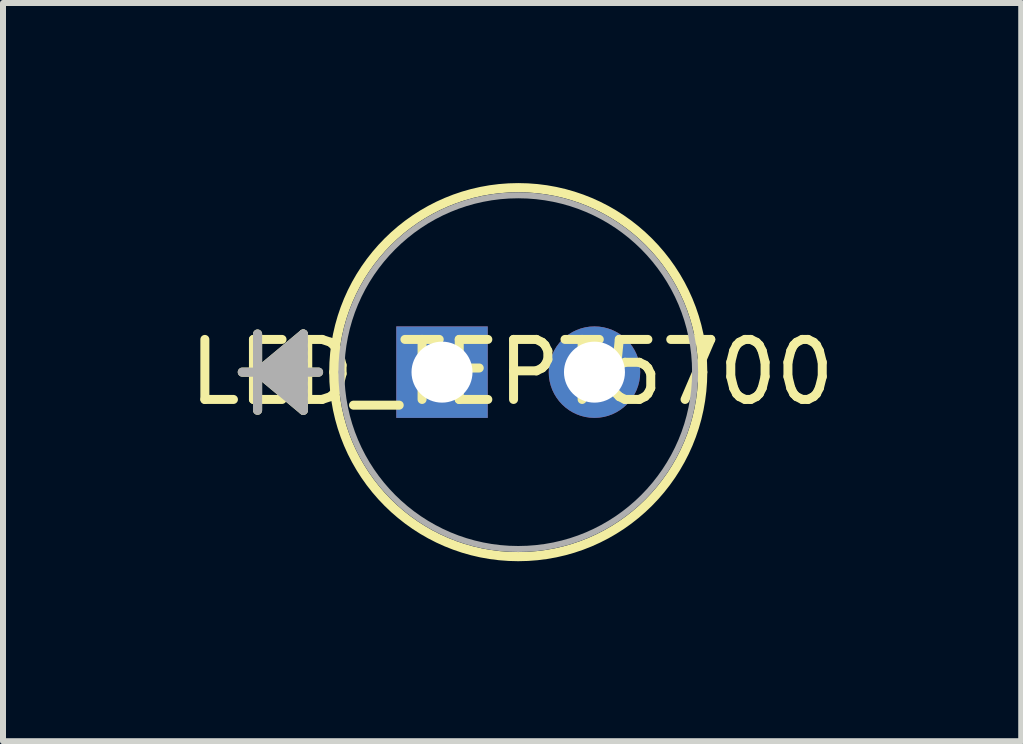
<source format=kicad_pcb>
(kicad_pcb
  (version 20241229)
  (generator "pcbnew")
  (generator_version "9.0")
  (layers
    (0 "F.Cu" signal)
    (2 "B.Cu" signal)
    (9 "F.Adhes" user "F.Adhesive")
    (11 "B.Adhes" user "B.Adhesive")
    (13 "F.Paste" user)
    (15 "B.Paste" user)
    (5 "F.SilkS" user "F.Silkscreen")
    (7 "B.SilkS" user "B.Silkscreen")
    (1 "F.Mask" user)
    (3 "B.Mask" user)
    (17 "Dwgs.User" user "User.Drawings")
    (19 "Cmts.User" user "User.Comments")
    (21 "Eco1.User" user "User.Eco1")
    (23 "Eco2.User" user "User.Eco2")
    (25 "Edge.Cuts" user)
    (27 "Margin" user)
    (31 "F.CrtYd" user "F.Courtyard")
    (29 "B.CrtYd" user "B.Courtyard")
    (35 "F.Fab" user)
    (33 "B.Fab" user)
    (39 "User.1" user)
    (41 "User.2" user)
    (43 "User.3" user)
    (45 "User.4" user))
  (footprint "LED_TEPT5700"
    (layer "F.Cu")
    (at 6.854 3.15)
    (property "Reference" "LED_TEPT5700" (at -1.372 0 0) (layer "F.SilkS") (effects (font (size 1 1) (thickness 0.15))))
    (attr through_hole)
    (fp_line (start -5.613 -0.635) (end -5.613 0) (stroke (width 0.152) (type solid)) (layer "F.SilkS"))
    (fp_line (start -5.613 0) (end -5.867 0) (stroke (width 0.152) (type solid)) (layer "F.SilkS"))
    (fp_line (start -5.613 0) (end -5.613 0.635) (stroke (width 0.152) (type solid)) (layer "F.SilkS"))
    (fp_line (start -5.613 0) (end -4.851 -0.635) (stroke (width 0.152) (type solid)) (layer "F.SilkS"))
    (fp_line (start -5.613 0) (end -4.851 -0.508) (stroke (width 0.152) (type solid)) (layer "F.SilkS"))
    (fp_line (start -5.613 0) (end -4.851 -0.381) (stroke (width 0.152) (type solid)) (layer "F.SilkS"))
    (fp_line (start -5.613 0) (end -4.851 -0.254) (stroke (width 0.152) (type solid)) (layer "F.SilkS"))
    (fp_line (start -5.613 0) (end -4.851 -0.127) (stroke (width 0.152) (type solid)) (layer "F.SilkS"))
    (fp_line (start -5.613 0) (end -4.851 0.127) (stroke (width 0.152) (type solid)) (layer "F.SilkS"))
    (fp_line (start -5.613 0) (end -4.851 0.254) (stroke (width 0.152) (type solid)) (layer "F.SilkS"))
    (fp_line (start -5.613 0) (end -4.851 0.381) (stroke (width 0.152) (type solid)) (layer "F.SilkS"))
    (fp_line (start -5.613 0) (end -4.851 0.508) (stroke (width 0.152) (type solid)) (layer "F.SilkS"))
    (fp_line (start -5.613 0) (end -4.851 0.635) (stroke (width 0.152) (type solid)) (layer "F.SilkS"))
    (fp_line (start -4.851 -0.635) (end -4.851 0.635) (stroke (width 0.152) (type solid)) (layer "F.SilkS"))
    (fp_line (start -4.597 0) (end -5.613 0) (stroke (width 0.152) (type solid)) (layer "F.SilkS"))
    (fp_arc (start -4.3434 0) (mid -1.27 -3.0734) (end 1.8034 0) (stroke (width 0.1524) (type solid)) (layer "F.SilkS"))
    (fp_arc (start 1.8034 0) (mid -1.27 3.0734) (end -4.3434 0) (stroke (width 0.1524) (type solid)) (layer "F.SilkS"))
    (fp_line (start -5.613 -0.635) (end -5.613 0) (stroke (width 0.152) (type solid)) (layer "F.Fab"))
    (fp_line (start -5.613 0) (end -5.867 0) (stroke (width 0.152) (type solid)) (layer "F.Fab"))
    (fp_line (start -5.613 0) (end -5.613 0.635) (stroke (width 0.152) (type solid)) (layer "F.Fab"))
    (fp_line (start -5.613 0) (end -4.851 -0.635) (stroke (width 0.152) (type solid)) (layer "F.Fab"))
    (fp_line (start -5.613 0) (end -4.851 -0.508) (stroke (width 0.152) (type solid)) (layer "F.Fab"))
    (fp_line (start -5.613 0) (end -4.851 -0.381) (stroke (width 0.152) (type solid)) (layer "F.Fab"))
    (fp_line (start -5.613 0) (end -4.851 -0.254) (stroke (width 0.152) (type solid)) (layer "F.Fab"))
    (fp_line (start -5.613 0) (end -4.851 -0.127) (stroke (width 0.152) (type solid)) (layer "F.Fab"))
    (fp_line (start -5.613 0) (end -4.851 0.127) (stroke (width 0.152) (type solid)) (layer "F.Fab"))
    (fp_line (start -5.613 0) (end -4.851 0.254) (stroke (width 0.152) (type solid)) (layer "F.Fab"))
    (fp_line (start -5.613 0) (end -4.851 0.381) (stroke (width 0.152) (type solid)) (layer "F.Fab"))
    (fp_line (start -5.613 0) (end -4.851 0.508) (stroke (width 0.152) (type solid)) (layer "F.Fab"))
    (fp_line (start -5.613 0) (end -4.851 0.635) (stroke (width 0.152) (type solid)) (layer "F.Fab"))
    (fp_line (start -4.851 -0.635) (end -4.851 0.635) (stroke (width 0.152) (type solid)) (layer "F.Fab"))
    (fp_line (start -4.597 0) (end -5.613 0) (stroke (width 0.152) (type solid)) (layer "F.Fab"))
    (fp_arc (start -4.2164 0) (mid -1.27 -2.9464) (end 1.6764 0) (stroke (width 0.1) (type solid)) (layer "F.Fab"))
    (fp_arc (start 1.6764 0) (mid -1.27 2.9464) (end -4.2164 0) (stroke (width 0.1) (type solid)) (layer "F.Fab"))
    (pad "1" thru_hole rect (at -2.54 0) (size 1.524 1.524) (drill 1.016) (layers "*.Cu" "*.Mask"))
    (pad "2" thru_hole circle (at 0 0) (size 1.524 1.524) (drill 1.016) (layers "*.Cu" "*.Mask")))
  (gr_rect
    (start -3 -3)
    (end 13.964 9.299)
    (stroke (width 0.1) (type default))
    (fill no)
    (layer "Edge.Cuts")))
</source>
